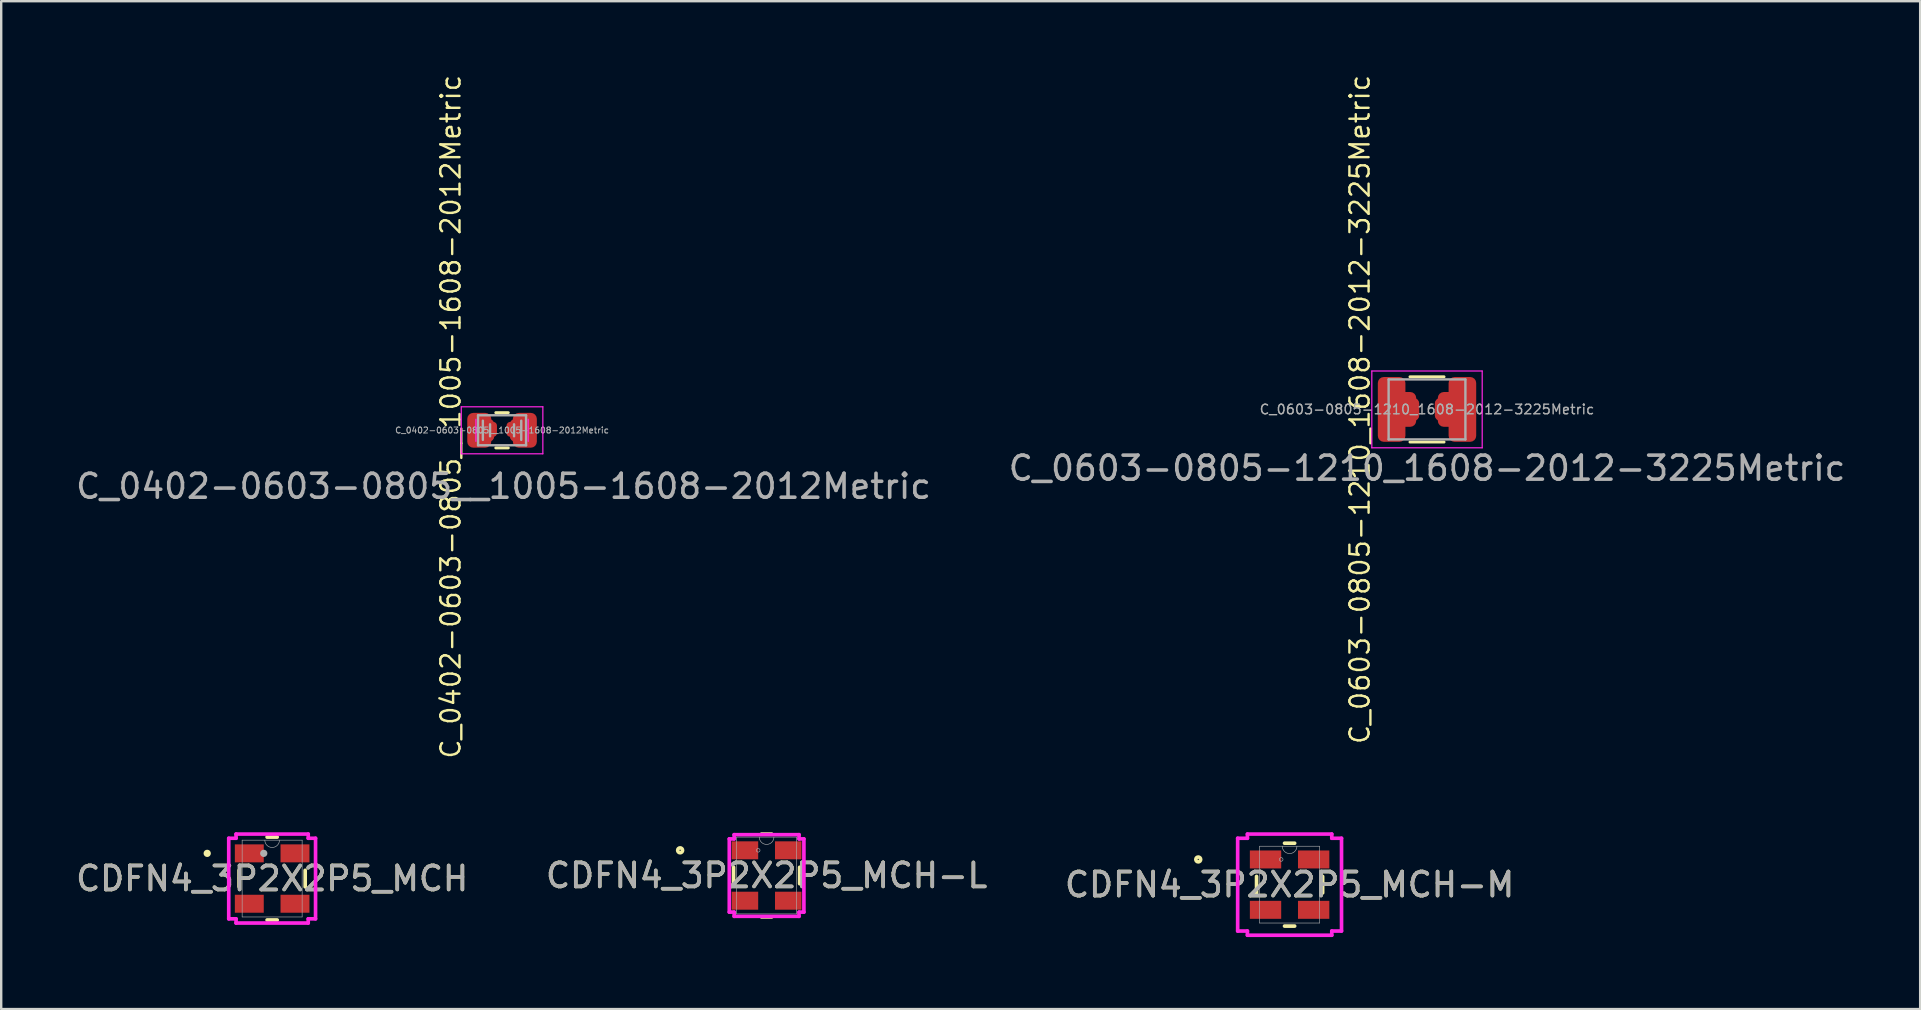
<source format=kicad_pcb>
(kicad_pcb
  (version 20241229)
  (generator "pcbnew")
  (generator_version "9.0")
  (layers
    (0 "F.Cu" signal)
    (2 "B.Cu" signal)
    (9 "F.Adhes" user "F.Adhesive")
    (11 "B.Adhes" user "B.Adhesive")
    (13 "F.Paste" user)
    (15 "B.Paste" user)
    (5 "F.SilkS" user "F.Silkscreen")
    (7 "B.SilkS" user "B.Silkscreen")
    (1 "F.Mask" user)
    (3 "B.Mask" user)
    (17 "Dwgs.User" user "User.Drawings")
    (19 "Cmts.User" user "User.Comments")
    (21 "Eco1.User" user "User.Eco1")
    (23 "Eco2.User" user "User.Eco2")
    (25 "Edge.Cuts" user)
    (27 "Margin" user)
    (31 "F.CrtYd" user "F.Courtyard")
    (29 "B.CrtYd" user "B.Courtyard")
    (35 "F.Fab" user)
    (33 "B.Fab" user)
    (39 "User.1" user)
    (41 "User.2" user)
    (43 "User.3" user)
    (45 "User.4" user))
  (footprint "C_0603-0805-1210_1608-2012-3225Metric"
    (layer "F.Cu")
    (at 56.423 13.963)
    (property "Reference" "C_0603-0805-1210_1608-2012-3225Metric" (at -2.8 0.05 90) (unlocked yes) (layer "F.SilkS") (effects (font (size 0.8 0.8) (thickness 0.1))))
    (attr through_hole)
    (fp_line (start -0.711 -1.31) (end 0.711 -1.31) (stroke (width 0.12) (type solid)) (layer "F.SilkS"))
    (fp_line (start -0.711 1.41) (end 0.711 1.41) (stroke (width 0.12) (type solid)) (layer "F.SilkS"))
    (fp_line (start -2.3 -1.55) (end 2.3 -1.55) (stroke (width 0.05) (type solid)) (layer "F.CrtYd"))
    (fp_line (start -2.3 1.65) (end -2.3 -1.55) (stroke (width 0.05) (type solid)) (layer "F.CrtYd"))
    (fp_line (start 2.3 -1.55) (end 2.3 1.65) (stroke (width 0.05) (type solid)) (layer "F.CrtYd"))
    (fp_line (start 2.3 1.65) (end -2.3 1.65) (stroke (width 0.05) (type solid)) (layer "F.CrtYd"))
    (fp_line (start -1.6 -1.2) (end 1.6 -1.2) (stroke (width 0.1) (type solid)) (layer "F.Fab"))
    (fp_line (start -1.6 1.3) (end -1.6 -1.2) (stroke (width 0.1) (type solid)) (layer "F.Fab"))
    (fp_line (start 1.6 -1.2) (end 1.6 1.3) (stroke (width 0.1) (type solid)) (layer "F.Fab"))
    (fp_line (start 1.6 1.3) (end -1.6 1.3) (stroke (width 0.1) (type solid)) (layer "F.Fab"))
    (fp_text user "${REFERENCE}" (at 0 2.5 0) (unlocked yes) (layer "F.Fab") (effects (font (size 1 1) (thickness 0.15))))
    (fp_text user "${REFERENCE}" (at 0 0.05 0) (layer "F.Fab") (effects (font (size 0.4 0.4) (thickness 0.06))))
    (pad "1" smd roundrect (at -1.475 0.05) (size 1.15 2.7) (layers "F.Cu" "F.Mask" "F.Paste") (roundrect_rratio 0.217))
    (pad "1" smd roundrect (at -1.038 0.05) (size 1.175 1.45) (layers "F.Cu" "F.Mask" "F.Paste") (roundrect_rratio 0.213))
    (pad "1" smd roundrect (at -0.775 0.05) (size 0.9 0.95) (layers "F.Cu" "F.Mask" "F.Paste") (roundrect_rratio 0.25))
    (pad "2" smd roundrect (at 0.775 0.05) (size 0.9 0.95) (layers "F.Cu" "F.Mask" "F.Paste") (roundrect_rratio 0.25))
    (pad "2" smd roundrect (at 1.038 0.05) (size 1.175 1.45) (layers "F.Cu" "F.Mask" "F.Paste") (roundrect_rratio 0.213))
    (pad "2" smd roundrect (at 1.475 0.05) (size 1.15 2.7) (layers "F.Cu" "F.Mask" "F.Paste") (roundrect_rratio 0.217)))
  (footprint "CDFN4_3P2X2P5_MCH"
    (layer "F.Cu")
    (at 8.292 33.565)
    (property "Reference" "CDFN4_3P2X2P5_MCH" (at 0 0 0) (unlocked yes) (layer "F.SilkS") (effects (font (size 1 1) (thickness 0.15))))
    (attr smd)
    (fp_line (start -1.377 -0.343) (end -1.377 0.343) (stroke (width 0.152) (type solid)) (layer "F.SilkS"))
    (fp_line (start -0.211 1.727) (end 0.211 1.727) (stroke (width 0.152) (type solid)) (layer "F.SilkS"))
    (fp_line (start 0.211 -1.727) (end -0.211 -1.727) (stroke (width 0.152) (type solid)) (layer "F.SilkS"))
    (fp_line (start 1.377 0.343) (end 1.377 -0.343) (stroke (width 0.152) (type solid)) (layer "F.SilkS"))
    (fp_circle (center -2.706 -1.05) (end -2.63 -1.05) (stroke (width 0.152) (type solid)) (fill no) (layer "F.SilkS"))
    (fp_line (start -1.809 -1.679) (end -1.504 -1.679) (stroke (width 0.152) (type solid)) (layer "F.CrtYd"))
    (fp_line (start -1.809 1.679) (end -1.809 -1.679) (stroke (width 0.152) (type solid)) (layer "F.CrtYd"))
    (fp_line (start -1.809 1.679) (end -1.504 1.679) (stroke (width 0.152) (type solid)) (layer "F.CrtYd"))
    (fp_line (start -1.504 -1.854) (end 1.504 -1.854) (stroke (width 0.152) (type solid)) (layer "F.CrtYd"))
    (fp_line (start -1.504 -1.679) (end -1.504 -1.854) (stroke (width 0.152) (type solid)) (layer "F.CrtYd"))
    (fp_line (start -1.504 1.854) (end -1.504 1.679) (stroke (width 0.152) (type solid)) (layer "F.CrtYd"))
    (fp_line (start 1.504 -1.854) (end 1.504 -1.679) (stroke (width 0.152) (type solid)) (layer "F.CrtYd"))
    (fp_line (start 1.504 1.679) (end 1.504 1.854) (stroke (width 0.152) (type solid)) (layer "F.CrtYd"))
    (fp_line (start 1.504 1.854) (end -1.504 1.854) (stroke (width 0.152) (type solid)) (layer "F.CrtYd"))
    (fp_line (start 1.809 -1.679) (end 1.504 -1.679) (stroke (width 0.152) (type solid)) (layer "F.CrtYd"))
    (fp_line (start 1.809 -1.679) (end 1.809 1.679) (stroke (width 0.152) (type solid)) (layer "F.CrtYd"))
    (fp_line (start 1.809 1.679) (end 1.504 1.679) (stroke (width 0.152) (type solid)) (layer "F.CrtYd"))
    (fp_line (start -1.25 -1.6) (end -1.25 1.6) (stroke (width 0.025) (type solid)) (layer "F.Fab"))
    (fp_line (start -1.25 1.6) (end 1.25 1.6) (stroke (width 0.025) (type solid)) (layer "F.Fab"))
    (fp_line (start 1.25 -1.6) (end -1.25 -1.6) (stroke (width 0.025) (type solid)) (layer "F.Fab"))
    (fp_line (start 1.25 1.6) (end 1.25 -1.6) (stroke (width 0.025) (type solid)) (layer "F.Fab"))
    (fp_arc (start 0.3048 -1.600001) (mid 0 -1.295201) (end -0.3048 -1.600001) (stroke (width 0.0254) (type solid)) (layer "F.Fab"))
    (fp_circle (center -0.35 -1.05) (end -0.35 -1.05) (stroke (width 0.152) (type solid)) (fill no) (layer "F.Fab"))
    (fp_text user "${REFERENCE}" (at 0 0 0) (unlocked yes) (layer "F.Fab") (effects (font (size 1 1) (thickness 0.15))))
    (pad "1" smd rect (at -0.952 -1.05) (size 1.205 0.749) (layers "F.Cu" "F.Mask" "F.Paste"))
    (pad "2" smd rect (at -0.952 1.05) (size 1.205 0.749) (layers "F.Cu" "F.Mask" "F.Paste"))
    (pad "3" smd rect (at 0.952 1.05) (size 1.205 0.749) (layers "F.Cu" "F.Mask" "F.Paste"))
    (pad "4" smd rect (at 0.952 -1.05) (size 1.205 0.749) (layers "F.Cu" "F.Mask" "F.Paste")))
  (footprint "C_0402-0603-0805__1005-1608-2012Metric"
    (layer "F.Cu")
    (at 17.935 14.718)
    (property "Reference" "C_0402-0603-0805__1005-1608-2012Metric" (at -2.2 -0.4 90) (unlocked yes) (layer "F.SilkS") (effects (font (size 0.8 0.8) (thickness 0.1))))
    (attr through_hole)
    (fp_line (start -0.323 -0.57) (end 0.2 -0.57) (stroke (width 0.12) (type solid)) (layer "F.SilkS"))
    (fp_line (start -0.323 0.9) (end 0.2 0.9) (stroke (width 0.12) (type solid)) (layer "F.SilkS"))
    (fp_line (start -1.761 -0.815) (end 1.639 -0.815) (stroke (width 0.05) (type solid)) (layer "F.CrtYd"))
    (fp_line (start -1.761 1.145) (end -1.761 -0.815) (stroke (width 0.05) (type solid)) (layer "F.CrtYd"))
    (fp_line (start -1.151 0.625) (end -1.151 -0.295) (stroke (width 0.05) (type solid)) (layer "F.CrtYd"))
    (fp_line (start 1.029 -0.295) (end 1.029 0.625) (stroke (width 0.05) (type solid)) (layer "F.CrtYd"))
    (fp_line (start 1.639 -0.815) (end 1.639 1.145) (stroke (width 0.05) (type solid)) (layer "F.CrtYd"))
    (fp_line (start 1.639 1.145) (end -1.761 1.145) (stroke (width 0.05) (type solid)) (layer "F.CrtYd"))
    (fp_line (start -1.061 -0.46) (end 0.939 -0.46) (stroke (width 0.1) (type solid)) (layer "F.Fab"))
    (fp_line (start -1.061 0.79) (end -1.061 -0.46) (stroke (width 0.1) (type solid)) (layer "F.Fab"))
    (fp_line (start -0.861 0.565) (end -0.861 -0.235) (stroke (width 0.1) (type solid)) (layer "F.Fab"))
    (fp_line (start -0.561 0.415) (end -0.561 -0.085) (stroke (width 0.1) (type solid)) (layer "F.Fab"))
    (fp_line (start 0.439 -0.085) (end 0.439 0.415) (stroke (width 0.1) (type solid)) (layer "F.Fab"))
    (fp_line (start 0.739 -0.235) (end 0.739 0.565) (stroke (width 0.1) (type solid)) (layer "F.Fab"))
    (fp_line (start 0.939 -0.46) (end 0.939 0.79) (stroke (width 0.1) (type solid)) (layer "F.Fab"))
    (fp_line (start 0.939 0.79) (end -1.061 0.79) (stroke (width 0.1) (type solid)) (layer "F.Fab"))
    (fp_text user "${REFERENCE}" (at -0.061 0.165 0) (layer "F.Fab") (effects (font (size 0.25 0.25) (thickness 0.04))))
    (fp_text user "${REFERENCE}" (at 0 2.5 0) (unlocked yes) (layer "F.Fab") (effects (font (size 1 1) (thickness 0.15))))
    (pad "1" smd roundrect (at -1.011 0.165) (size 1 1.45) (layers "F.Cu" "F.Mask" "F.Paste") (roundrect_rratio 0.25))
    (pad "1" smd roundrect (at -0.836 0.165) (size 0.9 0.95) (layers "F.Cu" "F.Mask" "F.Paste") (roundrect_rratio 0.25))
    (pad "1" smd roundrect (at -0.641 0.125) (size 0.735 0.62) (layers "F.Cu" "F.Mask" "F.Paste") (roundrect_rratio 0.25))
    (pad "2" smd roundrect (at 0.494 0.125) (size 0.735 0.62) (layers "F.Cu" "F.Mask" "F.Paste") (roundrect_rratio 0.25))
    (pad "2" smd roundrect (at 0.714 0.165) (size 0.9 0.95) (layers "F.Cu" "F.Mask" "F.Paste") (roundrect_rratio 0.25))
    (pad "2" smd roundrect (at 0.889 0.165) (size 1 1.45) (layers "F.Cu" "F.Mask" "F.Paste") (roundrect_rratio 0.25)))
  (footprint "CDFN4_3P2X2P5_MCH-M"
    (layer "F.Cu")
    (at 50.696 33.819)
    (property "Reference" "CDFN4_3P2X2P5_MCH-M" (at 0 0 0) (unlocked yes) (layer "F.SilkS") (effects (font (size 1 1) (thickness 0.15))))
    (attr smd)
    (fp_line (start -1.377 -0.343) (end -1.377 0.343) (stroke (width 0.152) (type solid)) (layer "F.SilkS"))
    (fp_line (start -0.211 1.727) (end 0.211 1.727) (stroke (width 0.152) (type solid)) (layer "F.SilkS"))
    (fp_line (start 0.211 -1.727) (end -0.211 -1.727) (stroke (width 0.152) (type solid)) (layer "F.SilkS"))
    (fp_line (start 1.377 0.343) (end 1.377 -0.343) (stroke (width 0.152) (type solid)) (layer "F.SilkS"))
    (fp_circle (center -3.807 -1.05) (end -3.706 -1.05) (stroke (width 0.152) (type solid)) (fill no) (layer "F.SilkS"))
    (fp_line (start -2.164 -1.933) (end -1.758 -1.933) (stroke (width 0.152) (type solid)) (layer "F.CrtYd"))
    (fp_line (start -2.164 1.933) (end -2.164 -1.933) (stroke (width 0.152) (type solid)) (layer "F.CrtYd"))
    (fp_line (start -2.164 1.933) (end -1.758 1.933) (stroke (width 0.152) (type solid)) (layer "F.CrtYd"))
    (fp_line (start -1.758 -2.108) (end 1.758 -2.108) (stroke (width 0.152) (type solid)) (layer "F.CrtYd"))
    (fp_line (start -1.758 -1.933) (end -1.758 -2.108) (stroke (width 0.152) (type solid)) (layer "F.CrtYd"))
    (fp_line (start -1.758 2.108) (end -1.758 1.933) (stroke (width 0.152) (type solid)) (layer "F.CrtYd"))
    (fp_line (start 1.758 -2.108) (end 1.758 -1.933) (stroke (width 0.152) (type solid)) (layer "F.CrtYd"))
    (fp_line (start 1.758 1.933) (end 1.758 2.108) (stroke (width 0.152) (type solid)) (layer "F.CrtYd"))
    (fp_line (start 1.758 2.108) (end -1.758 2.108) (stroke (width 0.152) (type solid)) (layer "F.CrtYd"))
    (fp_line (start 2.164 -1.933) (end 1.758 -1.933) (stroke (width 0.152) (type solid)) (layer "F.CrtYd"))
    (fp_line (start 2.164 -1.933) (end 2.164 1.933) (stroke (width 0.152) (type solid)) (layer "F.CrtYd"))
    (fp_line (start 2.164 1.933) (end 1.758 1.933) (stroke (width 0.152) (type solid)) (layer "F.CrtYd"))
    (fp_line (start -1.25 -1.6) (end -1.25 1.6) (stroke (width 0.025) (type solid)) (layer "F.Fab"))
    (fp_line (start -1.25 1.6) (end 1.25 1.6) (stroke (width 0.025) (type solid)) (layer "F.Fab"))
    (fp_line (start 1.25 -1.6) (end -1.25 -1.6) (stroke (width 0.025) (type solid)) (layer "F.Fab"))
    (fp_line (start 1.25 1.6) (end 1.25 -1.6) (stroke (width 0.025) (type solid)) (layer "F.Fab"))
    (fp_arc (start 0.3048 -1.600001) (mid 0 -1.295201) (end -0.3048 -1.600001) (stroke (width 0.0254) (type solid)) (layer "F.Fab"))
    (fp_circle (center -0.35 -1.05) (end -0.274 -1.05) (stroke (width 0.025) (type solid)) (fill no) (layer "F.Fab"))
    (fp_text user "${REFERENCE}" (at 0 0 0) (unlocked yes) (layer "F.Fab") (effects (font (size 1 1) (thickness 0.15))))
    (pad "1" smd rect (at -1.003 -1.05) (size 1.306 0.749) (layers "F.Cu" "F.Mask" "F.Paste"))
    (pad "2" smd rect (at -1.003 1.05) (size 1.306 0.749) (layers "F.Cu" "F.Mask" "F.Paste"))
    (pad "3" smd rect (at 1.003 1.05) (size 1.306 0.749) (layers "F.Cu" "F.Mask" "F.Paste"))
    (pad "4" smd rect (at 1.003 -1.05) (size 1.306 0.749) (layers "F.Cu" "F.Mask" "F.Paste")))
  (footprint "CDFN4_3P2X2P5_MCH-L"
    (layer "F.Cu")
    (at 28.899 33.438)
    (property "Reference" "CDFN4_3P2X2P5_MCH-L" (at 0 0 0) (unlocked yes) (layer "F.SilkS") (effects (font (size 1 1) (thickness 0.15))))
    (attr smd)
    (fp_line (start -1.377 -0.343) (end -1.377 0.343) (stroke (width 0.152) (type solid)) (layer "F.SilkS"))
    (fp_line (start -0.211 1.727) (end 0.211 1.727) (stroke (width 0.152) (type solid)) (layer "F.SilkS"))
    (fp_line (start 0.211 -1.727) (end -0.211 -1.727) (stroke (width 0.152) (type solid)) (layer "F.SilkS"))
    (fp_line (start 1.377 0.343) (end 1.377 -0.343) (stroke (width 0.152) (type solid)) (layer "F.SilkS"))
    (fp_circle (center -3.604 -1.05) (end -3.502 -1.05) (stroke (width 0.152) (type solid)) (fill no) (layer "F.SilkS"))
    (fp_line (start -1.555 -1.526) (end -1.352 -1.526) (stroke (width 0.152) (type solid)) (layer "F.CrtYd"))
    (fp_line (start -1.555 1.526) (end -1.555 -1.526) (stroke (width 0.152) (type solid)) (layer "F.CrtYd"))
    (fp_line (start -1.555 1.526) (end -1.352 1.526) (stroke (width 0.152) (type solid)) (layer "F.CrtYd"))
    (fp_line (start -1.352 -1.702) (end 1.352 -1.702) (stroke (width 0.152) (type solid)) (layer "F.CrtYd"))
    (fp_line (start -1.352 -1.526) (end -1.352 -1.702) (stroke (width 0.152) (type solid)) (layer "F.CrtYd"))
    (fp_line (start -1.352 1.702) (end -1.352 1.526) (stroke (width 0.152) (type solid)) (layer "F.CrtYd"))
    (fp_line (start 1.352 -1.702) (end 1.352 -1.526) (stroke (width 0.152) (type solid)) (layer "F.CrtYd"))
    (fp_line (start 1.352 1.526) (end 1.352 1.702) (stroke (width 0.152) (type solid)) (layer "F.CrtYd"))
    (fp_line (start 1.352 1.702) (end -1.352 1.702) (stroke (width 0.152) (type solid)) (layer "F.CrtYd"))
    (fp_line (start 1.555 -1.526) (end 1.352 -1.526) (stroke (width 0.152) (type solid)) (layer "F.CrtYd"))
    (fp_line (start 1.555 -1.526) (end 1.555 1.526) (stroke (width 0.152) (type solid)) (layer "F.CrtYd"))
    (fp_line (start 1.555 1.526) (end 1.352 1.526) (stroke (width 0.152) (type solid)) (layer "F.CrtYd"))
    (fp_line (start -1.25 -1.6) (end -1.25 1.6) (stroke (width 0.025) (type solid)) (layer "F.Fab"))
    (fp_line (start -1.25 1.6) (end 1.25 1.6) (stroke (width 0.025) (type solid)) (layer "F.Fab"))
    (fp_line (start 1.25 -1.6) (end -1.25 -1.6) (stroke (width 0.025) (type solid)) (layer "F.Fab"))
    (fp_line (start 1.25 1.6) (end 1.25 -1.6) (stroke (width 0.025) (type solid)) (layer "F.Fab"))
    (fp_arc (start 0.3048 -1.600001) (mid 0 -1.295201) (end -0.3048 -1.600001) (stroke (width 0.0254) (type solid)) (layer "F.Fab"))
    (fp_circle (center -0.35 -1.05) (end -0.274 -1.05) (stroke (width 0.025) (type solid)) (fill no) (layer "F.Fab"))
    (fp_text user "${REFERENCE}" (at 0 0 0) (unlocked yes) (layer "F.Fab") (effects (font (size 1 1) (thickness 0.15))))
    (pad "1" smd rect (at -0.902 -1.05) (size 1.103 0.749) (layers "F.Cu" "F.Mask" "F.Paste"))
    (pad "2" smd rect (at -0.902 1.05) (size 1.103 0.749) (layers "F.Cu" "F.Mask" "F.Paste"))
    (pad "3" smd rect (at 0.902 1.05) (size 1.103 0.749) (layers "F.Cu" "F.Mask" "F.Paste"))
    (pad "4" smd rect (at 0.902 -1.05) (size 1.103 0.749) (layers "F.Cu" "F.Mask" "F.Paste")))
  (gr_rect
    (start -3 -3)
    (end 76.976 39.004)
    (stroke (width 0.1) (type default))
    (fill no)
    (layer "Edge.Cuts")))
</source>
